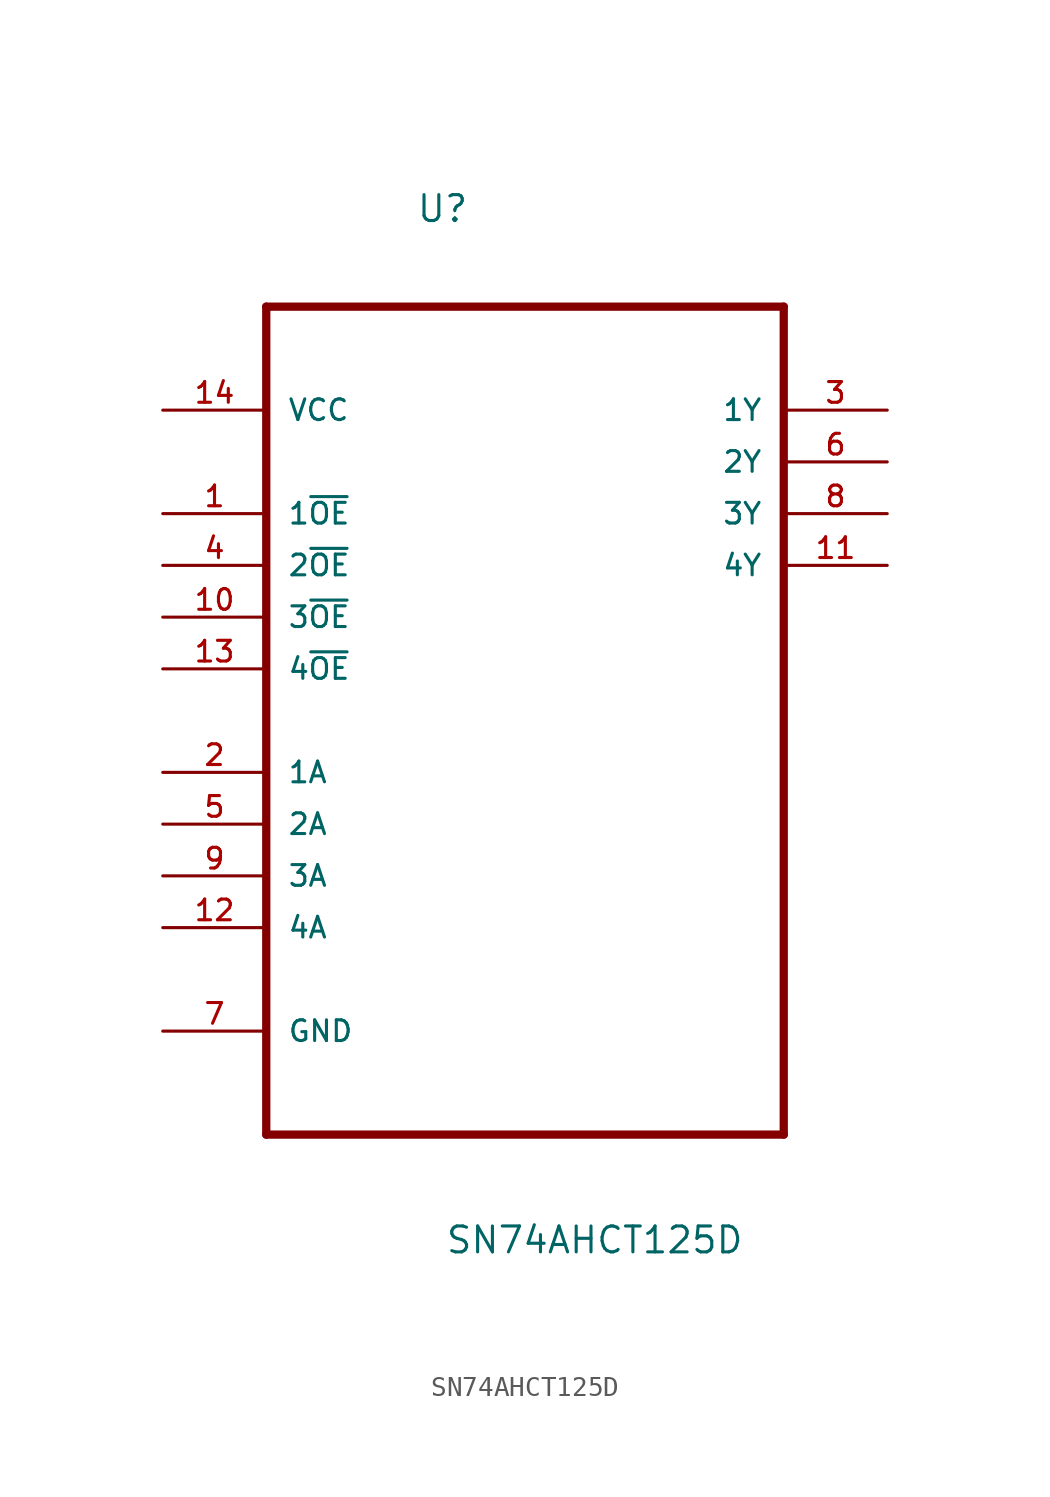
<source format=kicad_sym>
(kicad_symbol_lib
  (version 20220914)
  (generator kicad_symbol_editor)
  (symbol "SN74AHCT125D"
    (pin_names
      (offset 1.016))
    (property "Reference" "U"
      (at -5.359 21.844 0)
      (effects (font (size 1.27 1.27)) (justify left bottom)))
    (property "Value" "SN74AHCT125D"
      (at -3.937 -28.778 0)
      (effects (font (size 1.27 1.27)) (justify left bottom)))
    (property "ki_locked" ""
      (at 0 0 0)
      (effects (font (size 1.27 1.27))))
    (symbol "SN74AHCT125D_0_0"
      (polyline (pts (xy -12.7 -22.86) (xy 12.7 -22.86)) (stroke (width 0.406) (type solid)) (fill (type none)))
      (polyline (pts (xy -12.7 17.78) (xy -12.7 -22.86)) (stroke (width 0.406) (type solid)) (fill (type none)))
      (polyline (pts (xy 12.7 -22.86) (xy 12.7 17.78)) (stroke (width 0.406) (type solid)) (fill (type none)))
      (polyline (pts (xy 12.7 17.78) (xy -12.7 17.78)) (stroke (width 0.406) (type solid)) (fill (type none)))
      (pin input line (at -17.78 7.62 0) (length 5.08) (name "1~{OE}" (effects (font (size 1.016 1.016)))) (number "1" (effects (font (size 1.016 1.016)))))
      (pin input line (at -17.78 2.54 0) (length 5.08) (name "3~{OE}" (effects (font (size 1.016 1.016)))) (number "10" (effects (font (size 1.016 1.016)))))
      (pin output line (at 17.78 5.08 180) (length 5.08) (name "4Y" (effects (font (size 1.016 1.016)))) (number "11" (effects (font (size 1.016 1.016)))))
      (pin input line (at -17.78 -12.7 0) (length 5.08) (name "4A" (effects (font (size 1.016 1.016)))) (number "12" (effects (font (size 1.016 1.016)))))
      (pin input line (at -17.78 0 0) (length 5.08) (name "4~{OE}" (effects (font (size 1.016 1.016)))) (number "13" (effects (font (size 1.016 1.016)))))
      (pin power_in line (at -17.78 12.7 0) (length 5.08) (name "VCC" (effects (font (size 1.016 1.016)))) (number "14" (effects (font (size 1.016 1.016)))))
      (pin input line (at -17.78 -5.08 0) (length 5.08) (name "1A" (effects (font (size 1.016 1.016)))) (number "2" (effects (font (size 1.016 1.016)))))
      (pin output line (at 17.78 12.7 180) (length 5.08) (name "1Y" (effects (font (size 1.016 1.016)))) (number "3" (effects (font (size 1.016 1.016)))))
      (pin input line (at -17.78 5.08 0) (length 5.08) (name "2~{OE}" (effects (font (size 1.016 1.016)))) (number "4" (effects (font (size 1.016 1.016)))))
      (pin input line (at -17.78 -7.62 0) (length 5.08) (name "2A" (effects (font (size 1.016 1.016)))) (number "5" (effects (font (size 1.016 1.016)))))
      (pin output line (at 17.78 10.16 180) (length 5.08) (name "2Y" (effects (font (size 1.016 1.016)))) (number "6" (effects (font (size 1.016 1.016)))))
      (pin passive line (at -17.78 -17.78 0) (length 5.08) (name "GND" (effects (font (size 1.016 1.016)))) (number "7" (effects (font (size 1.016 1.016)))))
      (pin output line (at 17.78 7.62 180) (length 5.08) (name "3Y" (effects (font (size 1.016 1.016)))) (number "8" (effects (font (size 1.016 1.016)))))
      (pin input line (at -17.78 -10.16 0) (length 5.08) (name "3A" (effects (font (size 1.016 1.016)))) (number "9" (effects (font (size 1.016 1.016))))))))
</source>
